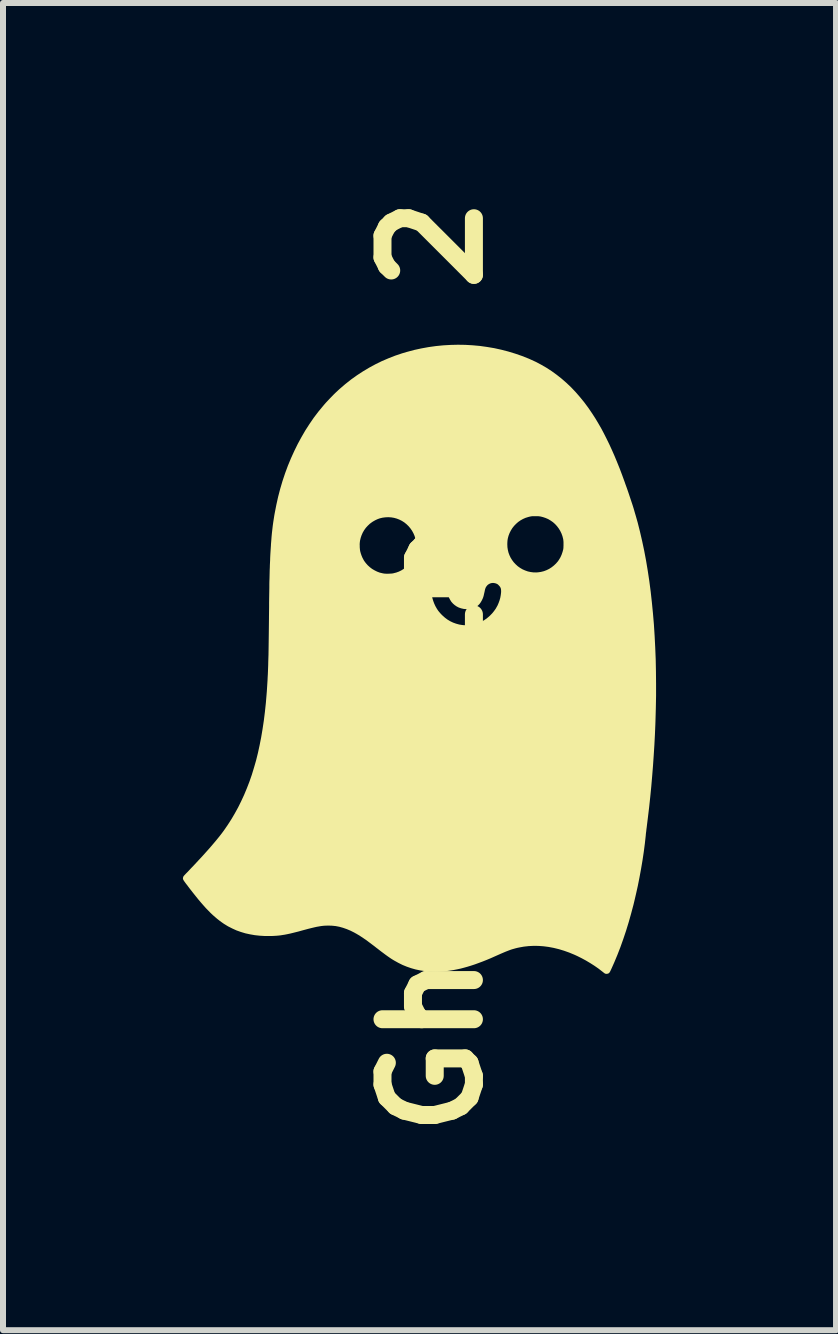
<source format=kicad_pcb>
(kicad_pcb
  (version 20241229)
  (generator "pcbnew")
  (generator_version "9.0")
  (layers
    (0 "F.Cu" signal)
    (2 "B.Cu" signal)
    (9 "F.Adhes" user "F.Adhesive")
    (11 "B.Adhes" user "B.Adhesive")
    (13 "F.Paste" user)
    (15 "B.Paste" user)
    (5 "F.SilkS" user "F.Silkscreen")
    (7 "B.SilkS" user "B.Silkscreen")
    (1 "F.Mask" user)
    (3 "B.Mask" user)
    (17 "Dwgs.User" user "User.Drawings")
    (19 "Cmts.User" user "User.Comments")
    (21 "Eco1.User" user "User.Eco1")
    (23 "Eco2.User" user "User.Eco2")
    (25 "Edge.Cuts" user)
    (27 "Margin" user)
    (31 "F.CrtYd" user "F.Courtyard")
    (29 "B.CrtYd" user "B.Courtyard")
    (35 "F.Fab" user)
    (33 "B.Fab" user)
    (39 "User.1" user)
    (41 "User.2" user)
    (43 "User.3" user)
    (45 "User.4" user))
  (footprint "Ghost Logo 2"
    (layer "F.Cu")
    (at 4.161 8.063)
    (property "Reference" "Ghost Logo 2" (at 0 0 90) (layer "F.SilkS") (effects (font (size 1.524 1.524) (thickness 0.3))))
    (attr board_only exclude_from_pos_files exclude_from_bom)
    (fp_poly (pts (xy 0.546 -5.364) (xy 0.667 -5.357) (xy 0.788 -5.346) (xy 0.909 -5.329) (xy 1.028 -5.309) (xy 1.146 -5.283) (xy 1.262 -5.253) (xy 1.377 -5.218) (xy 1.49 -5.179) (xy 1.601 -5.135) (xy 1.626 -5.124) (xy 1.72 -5.081) (xy 1.811 -5.033) (xy 1.901 -4.981) (xy 1.987 -4.925) (xy 2.071 -4.864) (xy 2.153 -4.799) (xy 2.232 -4.73) (xy 2.31 -4.656) (xy 2.385 -4.577) (xy 2.457 -4.494) (xy 2.528 -4.407) (xy 2.597 -4.314) (xy 2.663 -4.217) (xy 2.717 -4.133) (xy 2.764 -4.054) (xy 2.811 -3.973) (xy 2.856 -3.888) (xy 2.901 -3.799) (xy 2.946 -3.707) (xy 2.99 -3.611) (xy 3.034 -3.511) (xy 3.077 -3.407) (xy 3.121 -3.298) (xy 3.164 -3.184) (xy 3.207 -3.066) (xy 3.21 -3.056) (xy 3.239 -2.976) (xy 3.265 -2.901) (xy 3.289 -2.829) (xy 3.312 -2.76) (xy 3.334 -2.694) (xy 3.354 -2.63) (xy 3.372 -2.567) (xy 3.39 -2.506) (xy 3.407 -2.446) (xy 3.42 -2.4) (xy 3.458 -2.249) (xy 3.494 -2.093) (xy 3.528 -1.933) (xy 3.559 -1.769) (xy 3.587 -1.601) (xy 3.613 -1.429) (xy 3.636 -1.253) (xy 3.656 -1.073) (xy 3.674 -0.89) (xy 3.69 -0.703) (xy 3.702 -0.513) (xy 3.712 -0.319) (xy 3.72 -0.122) (xy 3.724 0.078) (xy 3.726 0.281) (xy 3.726 0.488) (xy 3.722 0.696) (xy 3.716 0.908) (xy 3.714 0.967) (xy 3.707 1.135) (xy 3.698 1.305) (xy 3.687 1.478) (xy 3.675 1.652) (xy 3.661 1.826) (xy 3.646 2) (xy 3.629 2.172) (xy 3.611 2.341) (xy 3.591 2.507) (xy 3.572 2.661) (xy 3.569 2.686) (xy 3.565 2.714) (xy 3.562 2.744) (xy 3.558 2.773) (xy 3.555 2.801) (xy 3.554 2.816) (xy 3.539 2.951) (xy 3.521 3.089) (xy 3.5 3.229) (xy 3.476 3.371) (xy 3.45 3.512) (xy 3.422 3.654) (xy 3.391 3.793) (xy 3.359 3.93) (xy 3.349 3.971) (xy 3.309 4.121) (xy 3.268 4.266) (xy 3.225 4.406) (xy 3.179 4.543) (xy 3.132 4.675) (xy 3.082 4.804) (xy 3.03 4.929) (xy 2.989 5.021) (xy 2.979 5.043) (xy 2.97 5.062) (xy 2.963 5.077) (xy 2.957 5.088) (xy 2.951 5.097) (xy 2.946 5.104) (xy 2.941 5.109) (xy 2.936 5.112) (xy 2.93 5.115) (xy 2.927 5.117) (xy 2.915 5.12) (xy 2.902 5.122) (xy 2.889 5.121) (xy 2.887 5.121) (xy 2.882 5.119) (xy 2.877 5.118) (xy 2.872 5.115) (xy 2.865 5.111) (xy 2.857 5.105) (xy 2.847 5.097) (xy 2.833 5.086) (xy 2.828 5.082) (xy 2.766 5.034) (xy 2.7 4.988) (xy 2.631 4.944) (xy 2.559 4.901) (xy 2.487 4.862) (xy 2.413 4.825) (xy 2.365 4.803) (xy 2.278 4.767) (xy 2.191 4.736) (xy 2.105 4.71) (xy 2.019 4.689) (xy 1.934 4.673) (xy 1.85 4.662) (xy 1.767 4.656) (xy 1.684 4.655) (xy 1.603 4.659) (xy 1.522 4.668) (xy 1.455 4.68) (xy 1.42 4.687) (xy 1.387 4.695) (xy 1.355 4.704) (xy 1.323 4.713) (xy 1.291 4.724) (xy 1.257 4.737) (xy 1.221 4.751) (xy 1.183 4.767) (xy 1.141 4.785) (xy 1.123 4.793) (xy 1.044 4.828) (xy 0.97 4.861) (xy 0.898 4.891) (xy 0.83 4.918) (xy 0.765 4.942) (xy 0.702 4.965) (xy 0.641 4.985) (xy 0.582 5.003) (xy 0.525 5.019) (xy 0.468 5.034) (xy 0.412 5.046) (xy 0.357 5.057) (xy 0.346 5.059) (xy 0.271 5.071) (xy 0.195 5.08) (xy 0.118 5.085) (xy 0.043 5.087) (xy -0.031 5.085) (xy -0.102 5.079) (xy -0.129 5.076) (xy -0.208 5.064) (xy -0.284 5.048) (xy -0.358 5.027) (xy -0.43 5.002) (xy -0.501 4.973) (xy -0.571 4.938) (xy -0.641 4.899) (xy -0.653 4.892) (xy -0.674 4.879) (xy -0.696 4.865) (xy -0.718 4.85) (xy -0.741 4.834) (xy -0.765 4.817) (xy -0.791 4.798) (xy -0.819 4.777) (xy -0.85 4.754) (xy -0.884 4.728) (xy -0.921 4.699) (xy -0.927 4.695) (xy -0.97 4.661) (xy -1.01 4.631) (xy -1.046 4.604) (xy -1.079 4.579) (xy -1.11 4.556) (xy -1.14 4.536) (xy -1.167 4.517) (xy -1.194 4.5) (xy -1.219 4.483) (xy -1.245 4.468) (xy -1.27 4.453) (xy -1.296 4.439) (xy -1.304 4.434) (xy -1.368 4.402) (xy -1.43 4.376) (xy -1.493 4.354) (xy -1.554 4.337) (xy -1.616 4.325) (xy -1.678 4.319) (xy -1.74 4.317) (xy -1.798 4.319) (xy -1.824 4.321) (xy -1.85 4.324) (xy -1.876 4.328) (xy -1.904 4.333) (xy -1.933 4.338) (xy -1.964 4.345) (xy -1.998 4.353) (xy -2.035 4.362) (xy -2.075 4.372) (xy -2.119 4.384) (xy -2.168 4.397) (xy -2.175 4.399) (xy -2.232 4.415) (xy -2.284 4.428) (xy -2.332 4.44) (xy -2.377 4.451) (xy -2.42 4.46) (xy -2.46 4.468) (xy -2.498 4.474) (xy -2.536 4.48) (xy -2.572 4.484) (xy -2.608 4.487) (xy -2.645 4.489) (xy -2.683 4.491) (xy -2.704 4.491) (xy -2.793 4.491) (xy -2.879 4.486) (xy -2.962 4.477) (xy -3.043 4.463) (xy -3.121 4.446) (xy -3.197 4.423) (xy -3.27 4.397) (xy -3.34 4.365) (xy -3.409 4.33) (xy -3.475 4.29) (xy -3.515 4.262) (xy -3.552 4.235) (xy -3.589 4.206) (xy -3.625 4.175) (xy -3.663 4.142) (xy -3.701 4.106) (xy -3.739 4.067) (xy -3.779 4.026) (xy -3.819 3.981) (xy -3.861 3.933) (xy -3.905 3.881) (xy -3.95 3.825) (xy -3.997 3.766) (xy -4.047 3.702) (xy -4.07 3.672) (xy -4.088 3.647) (xy -4.104 3.627) (xy -4.117 3.61) (xy -4.127 3.596) (xy -4.136 3.584) (xy -4.142 3.575) (xy -4.147 3.567) (xy -4.151 3.561) (xy -4.154 3.557) (xy -4.156 3.553) (xy -4.157 3.549) (xy -4.158 3.547) (xy -4.161 3.536) (xy -4.161 3.526) (xy -4.159 3.515) (xy -4.157 3.508) (xy -4.156 3.504) (xy -4.154 3.5) (xy -4.151 3.495) (xy -4.147 3.49) (xy -4.142 3.483) (xy -4.134 3.475) (xy -4.124 3.464) (xy -4.111 3.45) (xy -4.095 3.434) (xy -4.089 3.428) (xy -4.024 3.359) (xy -3.96 3.292) (xy -3.9 3.227) (xy -3.842 3.165) (xy -3.788 3.105) (xy -3.736 3.047) (xy -3.688 2.992) (xy -3.643 2.939) (xy -3.601 2.889) (xy -3.563 2.842) (xy -3.528 2.798) (xy -3.498 2.758) (xy -3.478 2.731) (xy -3.414 2.638) (xy -3.353 2.543) (xy -3.296 2.446) (xy -3.241 2.346) (xy -3.19 2.243) (xy -3.141 2.137) (xy -3.096 2.029) (xy -3.053 1.918) (xy -3.013 1.803) (xy -2.977 1.685) (xy -2.942 1.564) (xy -2.911 1.439) (xy -2.883 1.31) (xy -2.857 1.178) (xy -2.834 1.041) (xy -2.813 0.901) (xy -2.795 0.756) (xy -2.779 0.607) (xy -2.767 0.463) (xy -2.763 0.415) (xy -2.76 0.368) (xy -2.757 0.321) (xy -2.754 0.274) (xy -2.751 0.227) (xy -2.749 0.179) (xy -2.746 0.129) (xy -2.744 0.079) (xy -2.742 0.027) (xy -2.74 -0.026) (xy -2.739 -0.082) (xy -2.737 -0.14) (xy -2.735 -0.2) (xy -2.734 -0.264) (xy -2.733 -0.331) (xy -2.732 -0.401) (xy -2.731 -0.474) (xy -2.73 -0.552) (xy -2.729 -0.634) (xy -2.728 -0.721) (xy -2.727 -0.813) (xy -2.727 -0.831) (xy -2.726 -0.914) (xy -2.725 -0.991) (xy -2.725 -1.065) (xy -2.724 -1.133) (xy -2.723 -1.198) (xy -2.722 -1.259) (xy -0.019 -1.259) (xy -0.017 -1.219) (xy -0.011 -1.178) (xy -0.001 -1.135) (xy 0.012 -1.093) (xy 0.028 -1.05) (xy 0.047 -1.009) (xy 0.069 -0.97) (xy 0.079 -0.954) (xy 0.094 -0.932) (xy 0.109 -0.913) (xy 0.125 -0.894) (xy 0.142 -0.876) (xy 0.162 -0.855) (xy 0.165 -0.853) (xy 0.206 -0.816) (xy 0.249 -0.784) (xy 0.294 -0.757) (xy 0.342 -0.734) (xy 0.392 -0.716) (xy 0.443 -0.702) (xy 0.466 -0.698) (xy 0.48 -0.696) (xy 0.492 -0.694) (xy 0.502 -0.693) (xy 0.511 -0.692) (xy 0.52 -0.691) (xy 0.531 -0.691) (xy 0.545 -0.691) (xy 0.562 -0.691) (xy 0.571 -0.691) (xy 0.594 -0.692) (xy 0.612 -0.693) (xy 0.628 -0.694) (xy 0.642 -0.695) (xy 0.656 -0.697) (xy 0.658 -0.698) (xy 0.712 -0.71) (xy 0.763 -0.726) (xy 0.811 -0.747) (xy 0.857 -0.772) (xy 0.901 -0.802) (xy 0.943 -0.837) (xy 0.957 -0.85) (xy 0.993 -0.887) (xy 1.024 -0.925) (xy 1.052 -0.964) (xy 1.075 -1.005) (xy 1.083 -1.019) (xy 1.101 -1.061) (xy 1.117 -1.105) (xy 1.129 -1.148) (xy 1.137 -1.192) (xy 1.142 -1.233) (xy 1.143 -1.255) (xy 1.142 -1.277) (xy 1.14 -1.295) (xy 1.135 -1.311) (xy 1.127 -1.327) (xy 1.127 -1.327) (xy 1.12 -1.337) (xy 1.11 -1.348) (xy 1.099 -1.36) (xy 1.088 -1.37) (xy 1.078 -1.377) (xy 1.077 -1.377) (xy 1.058 -1.386) (xy 1.035 -1.392) (xy 1.011 -1.395) (xy 0.987 -1.394) (xy 0.985 -1.393) (xy 0.961 -1.387) (xy 0.939 -1.376) (xy 0.919 -1.362) (xy 0.902 -1.343) (xy 0.888 -1.322) (xy 0.878 -1.297) (xy 0.873 -1.278) (xy 0.867 -1.248) (xy 0.861 -1.223) (xy 0.856 -1.201) (xy 0.852 -1.182) (xy 0.847 -1.165) (xy 0.842 -1.15) (xy 0.836 -1.135) (xy 0.829 -1.12) (xy 0.822 -1.105) (xy 0.822 -1.105) (xy 0.803 -1.072) (xy 0.782 -1.043) (xy 0.757 -1.018) (xy 0.73 -0.998) (xy 0.7 -0.982) (xy 0.666 -0.97) (xy 0.631 -0.963) (xy 0.61 -0.96) (xy 0.587 -0.959) (xy 0.563 -0.959) (xy 0.539 -0.96) (xy 0.519 -0.962) (xy 0.514 -0.963) (xy 0.475 -0.972) (xy 0.437 -0.985) (xy 0.402 -1.003) (xy 0.37 -1.025) (xy 0.341 -1.05) (xy 0.316 -1.078) (xy 0.312 -1.083) (xy 0.292 -1.115) (xy 0.275 -1.148) (xy 0.263 -1.182) (xy 0.256 -1.216) (xy 0.253 -1.25) (xy 0.252 -1.277) (xy 0.247 -1.301) (xy 0.238 -1.322) (xy 0.226 -1.341) (xy 0.212 -1.357) (xy 0.191 -1.374) (xy 0.169 -1.387) (xy 0.145 -1.395) (xy 0.121 -1.398) (xy 0.097 -1.397) (xy 0.073 -1.391) (xy 0.05 -1.38) (xy 0.028 -1.365) (xy 0.025 -1.362) (xy 0.008 -1.345) (xy -0.004 -1.328) (xy -0.012 -1.309) (xy -0.017 -1.289) (xy -0.019 -1.265) (xy -0.019 -1.259) (xy -2.722 -1.259) (xy -2.722 -1.26) (xy -2.721 -1.317) (xy -2.721 -1.372) (xy -2.72 -1.424) (xy -2.718 -1.474) (xy -2.717 -1.521) (xy -2.716 -1.566) (xy -2.715 -1.61) (xy -2.713 -1.652) (xy -2.712 -1.694) (xy -2.71 -1.734) (xy -2.708 -1.774) (xy -2.707 -1.814) (xy -2.705 -1.855) (xy -2.704 -1.874) (xy -2.699 -1.953) (xy -2.694 -2.027) (xy -2.694 -2.037) (xy -1.215 -2.037) (xy -1.214 -2.014) (xy -1.214 -1.99) (xy -1.212 -1.967) (xy -1.21 -1.946) (xy -1.207 -1.929) (xy -1.207 -1.927) (xy -1.197 -1.889) (xy -1.184 -1.851) (xy -1.168 -1.813) (xy -1.149 -1.778) (xy -1.141 -1.764) (xy -1.113 -1.726) (xy -1.081 -1.69) (xy -1.046 -1.658) (xy -1.008 -1.629) (xy -0.967 -1.605) (xy -0.925 -1.584) (xy -0.88 -1.567) (xy -0.834 -1.556) (xy -0.812 -1.552) (xy -0.796 -1.55) (xy -0.777 -1.549) (xy -0.755 -1.549) (xy -0.733 -1.549) (xy -0.71 -1.55) (xy -0.689 -1.551) (xy -0.67 -1.553) (xy -0.655 -1.555) (xy -0.654 -1.556) (xy -0.606 -1.568) (xy -0.562 -1.584) (xy -0.521 -1.604) (xy -0.482 -1.628) (xy -0.444 -1.657) (xy -0.412 -1.686) (xy -0.391 -1.708) (xy -0.373 -1.729) (xy -0.358 -1.749) (xy -0.344 -1.77) (xy -0.331 -1.793) (xy -0.322 -1.811) (xy -0.305 -1.847) (xy -0.293 -1.881) (xy -0.283 -1.915) (xy -0.277 -1.95) (xy -0.274 -1.987) (xy -0.273 -2.016) (xy -0.274 -2.041) (xy 1.246 -2.041) (xy 1.248 -1.991) (xy 1.255 -1.945) (xy 1.266 -1.9) (xy 1.282 -1.857) (xy 1.302 -1.815) (xy 1.325 -1.778) (xy 1.353 -1.74) (xy 1.386 -1.705) (xy 1.421 -1.673) (xy 1.459 -1.646) (xy 1.5 -1.622) (xy 1.543 -1.603) (xy 1.588 -1.587) (xy 1.634 -1.577) (xy 1.68 -1.571) (xy 1.728 -1.57) (xy 1.758 -1.572) (xy 1.807 -1.579) (xy 1.855 -1.591) (xy 1.9 -1.608) (xy 1.943 -1.629) (xy 1.984 -1.655) (xy 2.022 -1.685) (xy 2.058 -1.719) (xy 2.09 -1.756) (xy 2.107 -1.781) (xy 2.131 -1.821) (xy 2.151 -1.865) (xy 2.167 -1.912) (xy 2.177 -1.949) (xy 2.179 -1.958) (xy 2.18 -1.967) (xy 2.181 -1.976) (xy 2.182 -1.986) (xy 2.182 -1.999) (xy 2.183 -2.015) (xy 2.183 -2.034) (xy 2.183 -2.038) (xy 2.183 -2.059) (xy 2.183 -2.075) (xy 2.182 -2.088) (xy 2.181 -2.099) (xy 2.18 -2.109) (xy 2.179 -2.118) (xy 2.177 -2.128) (xy 2.177 -2.129) (xy 2.165 -2.176) (xy 2.148 -2.222) (xy 2.127 -2.265) (xy 2.102 -2.305) (xy 2.074 -2.342) (xy 2.042 -2.377) (xy 2.007 -2.408) (xy 1.968 -2.435) (xy 1.928 -2.459) (xy 1.884 -2.478) (xy 1.839 -2.493) (xy 1.835 -2.494) (xy 1.815 -2.499) (xy 1.798 -2.503) (xy 1.783 -2.505) (xy 1.768 -2.507) (xy 1.751 -2.508) (xy 1.732 -2.508) (xy 1.715 -2.508) (xy 1.693 -2.508) (xy 1.674 -2.508) (xy 1.658 -2.507) (xy 1.643 -2.505) (xy 1.627 -2.502) (xy 1.61 -2.498) (xy 1.595 -2.494) (xy 1.55 -2.48) (xy 1.507 -2.461) (xy 1.466 -2.438) (xy 1.427 -2.411) (xy 1.392 -2.38) (xy 1.359 -2.346) (xy 1.33 -2.309) (xy 1.305 -2.269) (xy 1.284 -2.227) (xy 1.267 -2.183) (xy 1.26 -2.158) (xy 1.253 -2.129) (xy 1.249 -2.101) (xy 1.247 -2.072) (xy 1.246 -2.041) (xy -0.274 -2.041) (xy -0.274 -2.042) (xy -0.275 -2.064) (xy -0.276 -2.084) (xy -0.279 -2.104) (xy -0.283 -2.123) (xy -0.286 -2.133) (xy -0.3 -2.179) (xy -0.319 -2.223) (xy -0.342 -2.265) (xy -0.369 -2.304) (xy -0.4 -2.341) (xy -0.434 -2.374) (xy -0.471 -2.404) (xy -0.512 -2.43) (xy -0.554 -2.451) (xy -0.595 -2.467) (xy -0.641 -2.48) (xy -0.689 -2.488) (xy -0.737 -2.491) (xy -0.785 -2.489) (xy -0.833 -2.483) (xy -0.879 -2.472) (xy -0.893 -2.467) (xy -0.913 -2.46) (xy -0.935 -2.45) (xy -0.958 -2.439) (xy -0.981 -2.426) (xy -1.001 -2.414) (xy -1.007 -2.41) (xy -1.045 -2.382) (xy -1.08 -2.349) (xy -1.112 -2.314) (xy -1.14 -2.275) (xy -1.164 -2.234) (xy -1.183 -2.191) (xy -1.198 -2.147) (xy -1.209 -2.101) (xy -1.212 -2.078) (xy -1.214 -2.059) (xy -1.215 -2.037) (xy -2.694 -2.037) (xy -2.689 -2.097) (xy -2.684 -2.163) (xy -2.678 -2.227) (xy -2.671 -2.288) (xy -2.664 -2.348) (xy -2.656 -2.406) (xy -2.647 -2.464) (xy -2.638 -2.522) (xy -2.632 -2.555) (xy -2.605 -2.693) (xy -2.575 -2.829) (xy -2.54 -2.963) (xy -2.501 -3.095) (xy -2.458 -3.224) (xy -2.411 -3.351) (xy -2.36 -3.474) (xy -2.305 -3.595) (xy -2.247 -3.713) (xy -2.185 -3.827) (xy -2.12 -3.939) (xy -2.051 -4.046) (xy -1.979 -4.151) (xy -1.903 -4.251) (xy -1.831 -4.338) (xy -1.805 -4.369) (xy -1.776 -4.402) (xy -1.745 -4.435) (xy -1.712 -4.47) (xy -1.679 -4.504) (xy -1.647 -4.537) (xy -1.615 -4.568) (xy -1.584 -4.597) (xy -1.556 -4.623) (xy -1.548 -4.63) (xy -1.455 -4.71) (xy -1.359 -4.786) (xy -1.261 -4.856) (xy -1.16 -4.922) (xy -1.058 -4.983) (xy -0.953 -5.04) (xy -0.845 -5.093) (xy -0.735 -5.14) (xy -0.623 -5.184) (xy -0.507 -5.223) (xy -0.425 -5.247) (xy -0.306 -5.279) (xy -0.186 -5.305) (xy -0.065 -5.327) (xy 0.057 -5.344) (xy 0.179 -5.356) (xy 0.301 -5.363) (xy 0.423 -5.366)) (stroke (width 0) (type solid)) (fill yes) (layer "F.SilkS")))
  (gr_rect
    (start -3 -3)
    (end 10.887 19.125)
    (stroke (width 0.1) (type default))
    (fill no)
    (layer "Edge.Cuts")))
</source>
